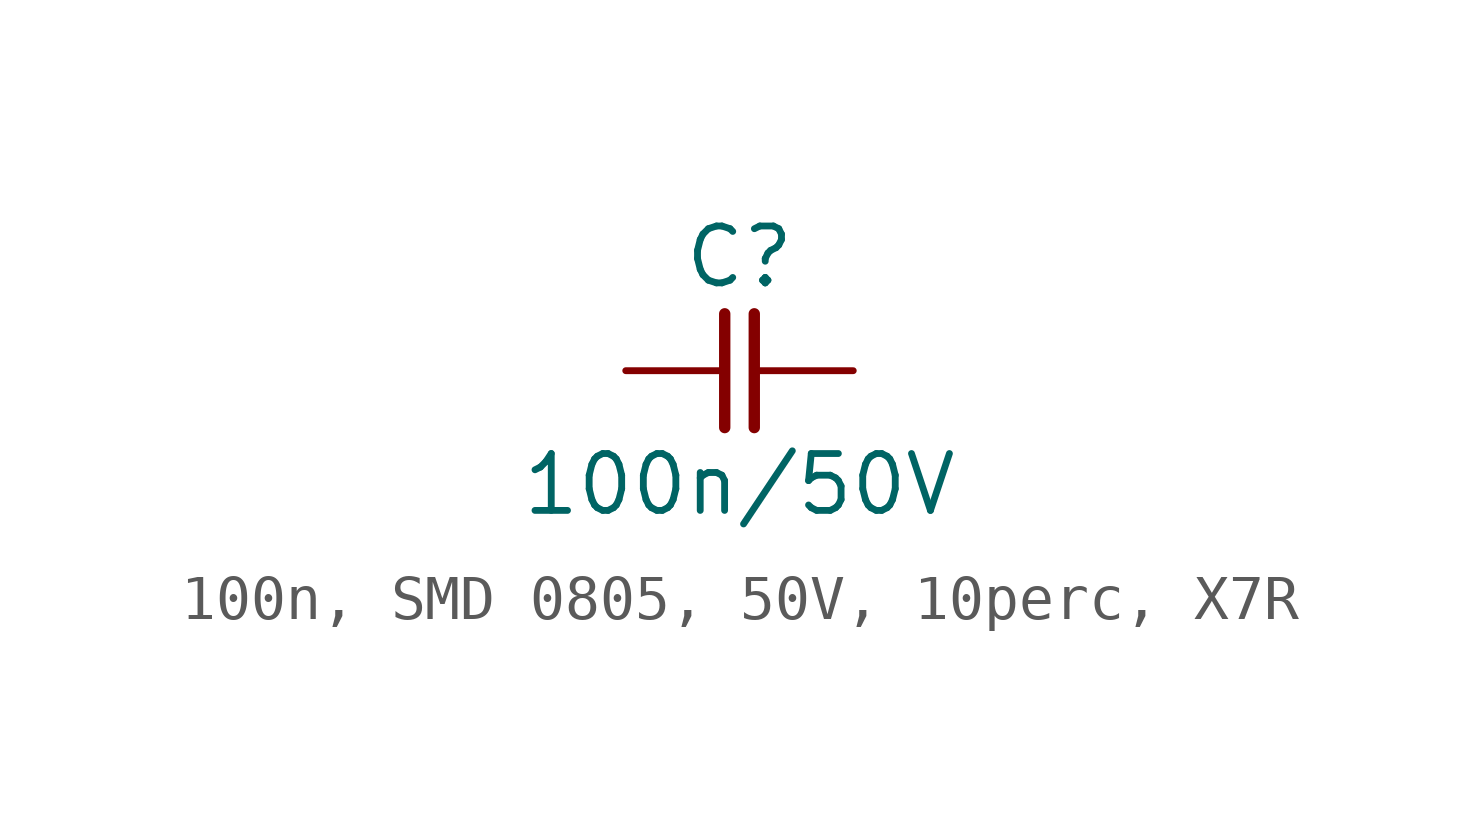
<source format=kicad_sym>
(kicad_symbol_lib
  (version 20231120)
  (generator "kicad_symbol_editor")
  (generator_version "8.0")
  (symbol "100n, SMD 0805, 50V, 10perc, X7R"
    (pin_numbers hide)
    (pin_names
      (offset 0) hide)
    (property "Reference" "C"
      (at 0 2.54 0)
      (effects (font (size 1.27 1.27))))
    (property "Value" "100n/50V"
      (at 0 -2.54 0)
      (effects (font (size 1.27 1.27))))
    (symbol "100n, SMD 0805, 50V, 10perc, X7R_0_1"
      (polyline (pts (xy -0.33 1.27) (xy -0.33 -1.27)) (stroke (width 0.254) (type default)) (fill (type none)))
      (polyline (pts (xy 0.33 1.27) (xy 0.33 -1.27)) (stroke (width 0.254) (type default)) (fill (type none))))
    (symbol "100n, SMD 0805, 50V, 10perc, X7R_1_1"
      (pin passive line (at -2.54 0 0) (length 2.21) (name "1" (effects (font (size 1.27 1.27)))) (number "1" (effects (font (size 1.27 1.27)))))
      (pin passive line (at 2.54 0 180) (length 2.21) (name "2" (effects (font (size 1.27 1.27)))) (number "2" (effects (font (size 1.27 1.27))))))))
</source>
